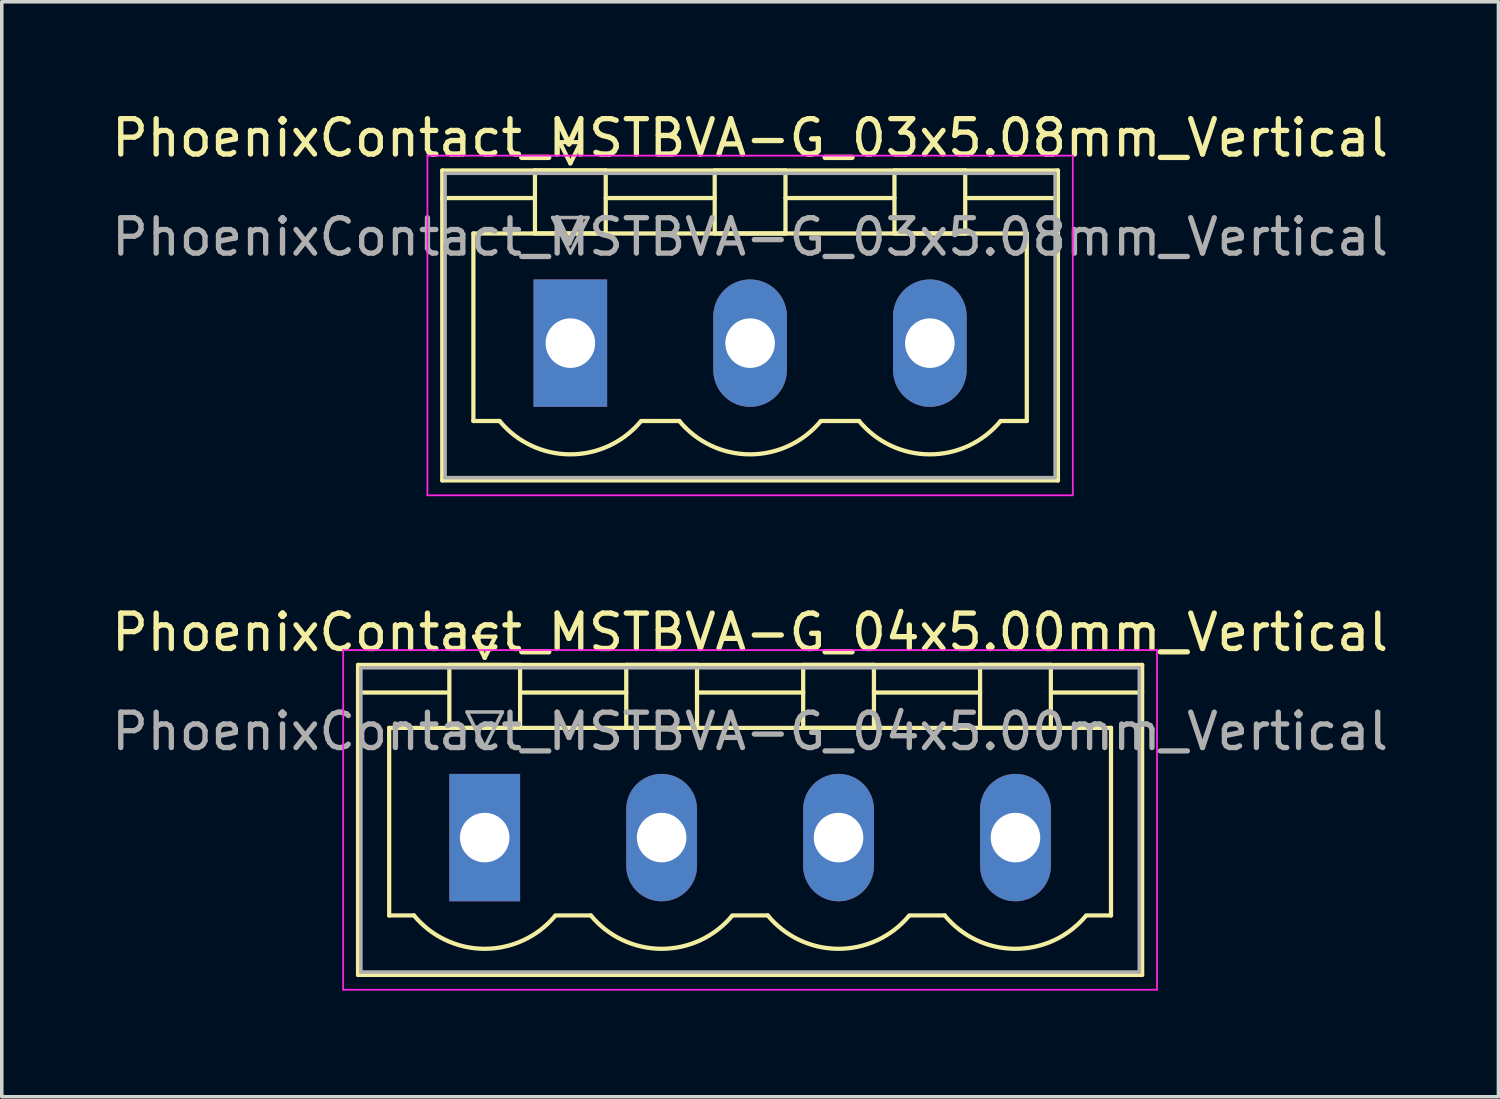
<source format=kicad_pcb>
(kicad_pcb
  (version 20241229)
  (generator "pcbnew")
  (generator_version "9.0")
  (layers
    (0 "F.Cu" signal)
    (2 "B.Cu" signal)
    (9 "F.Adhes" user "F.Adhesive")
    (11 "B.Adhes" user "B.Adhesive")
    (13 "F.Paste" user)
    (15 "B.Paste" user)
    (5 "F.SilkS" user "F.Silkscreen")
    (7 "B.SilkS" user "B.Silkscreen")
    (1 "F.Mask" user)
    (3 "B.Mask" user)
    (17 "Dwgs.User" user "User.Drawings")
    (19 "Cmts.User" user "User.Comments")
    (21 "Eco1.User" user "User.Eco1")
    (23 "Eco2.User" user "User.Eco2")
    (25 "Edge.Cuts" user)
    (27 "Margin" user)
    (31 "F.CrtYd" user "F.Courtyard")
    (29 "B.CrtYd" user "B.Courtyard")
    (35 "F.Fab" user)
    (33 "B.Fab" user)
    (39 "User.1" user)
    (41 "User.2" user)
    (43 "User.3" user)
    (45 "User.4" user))
  (footprint "PhoenixContact_MSTBVA-G_04x5.00mm_Vertical"
    (layer "F.Cu")
    (at 10.649 20.622)
    (property "Reference" "PhoenixContact_MSTBVA-G_04x5.00mm_Vertical" (at 7.5 -5.8 0) (layer "F.SilkS") (effects (font (size 1 1) (thickness 0.15))))
    (attr through_hole)
    (fp_line (start -3.58 -4.88) (end -3.58 3.88) (stroke (width 0.12) (type solid)) (layer "F.SilkS"))
    (fp_line (start -3.58 -4.1) (end -1.08 -4.1) (stroke (width 0.12) (type solid)) (layer "F.SilkS"))
    (fp_line (start -3.58 3.88) (end 18.58 3.88) (stroke (width 0.12) (type solid)) (layer "F.SilkS"))
    (fp_line (start -2.7 -3.1) (end 17.7 -3.1) (stroke (width 0.12) (type solid)) (layer "F.SilkS"))
    (fp_line (start -2.7 2.2) (end -2.7 -3.1) (stroke (width 0.12) (type solid)) (layer "F.SilkS"))
    (fp_line (start -2 2.2) (end -2.7 2.2) (stroke (width 0.12) (type solid)) (layer "F.SilkS"))
    (fp_line (start -1 -4.88) (end 1 -4.88) (stroke (width 0.12) (type solid)) (layer "F.SilkS"))
    (fp_line (start -1 -3.1) (end -1 -4.88) (stroke (width 0.12) (type solid)) (layer "F.SilkS"))
    (fp_line (start -0.3 -5.68) (end 0.3 -5.68) (stroke (width 0.12) (type solid)) (layer "F.SilkS"))
    (fp_line (start 0 -5.08) (end -0.3 -5.68) (stroke (width 0.12) (type solid)) (layer "F.SilkS"))
    (fp_line (start 0.3 -5.68) (end 0 -5.08) (stroke (width 0.12) (type solid)) (layer "F.SilkS"))
    (fp_line (start 1 -4.88) (end 1 -3.1) (stroke (width 0.12) (type solid)) (layer "F.SilkS"))
    (fp_line (start 1 -4.1) (end 4 -4.1) (stroke (width 0.12) (type solid)) (layer "F.SilkS"))
    (fp_line (start 1 -3.1) (end -1 -3.1) (stroke (width 0.12) (type solid)) (layer "F.SilkS"))
    (fp_line (start 2 2.2) (end 3 2.2) (stroke (width 0.12) (type solid)) (layer "F.SilkS"))
    (fp_line (start 4 -4.88) (end 6 -4.88) (stroke (width 0.12) (type solid)) (layer "F.SilkS"))
    (fp_line (start 4 -3.1) (end 4 -4.88) (stroke (width 0.12) (type solid)) (layer "F.SilkS"))
    (fp_line (start 6 -4.88) (end 6 -3.1) (stroke (width 0.12) (type solid)) (layer "F.SilkS"))
    (fp_line (start 6 -4.1) (end 9 -4.1) (stroke (width 0.12) (type solid)) (layer "F.SilkS"))
    (fp_line (start 6 -3.1) (end 4 -3.1) (stroke (width 0.12) (type solid)) (layer "F.SilkS"))
    (fp_line (start 7 2.2) (end 8 2.2) (stroke (width 0.12) (type solid)) (layer "F.SilkS"))
    (fp_line (start 9 -4.88) (end 11 -4.88) (stroke (width 0.12) (type solid)) (layer "F.SilkS"))
    (fp_line (start 9 -3.1) (end 9 -4.88) (stroke (width 0.12) (type solid)) (layer "F.SilkS"))
    (fp_line (start 11 -4.88) (end 11 -3.1) (stroke (width 0.12) (type solid)) (layer "F.SilkS"))
    (fp_line (start 11 -4.1) (end 14 -4.1) (stroke (width 0.12) (type solid)) (layer "F.SilkS"))
    (fp_line (start 11 -3.1) (end 9 -3.1) (stroke (width 0.12) (type solid)) (layer "F.SilkS"))
    (fp_line (start 12 2.2) (end 13 2.2) (stroke (width 0.12) (type solid)) (layer "F.SilkS"))
    (fp_line (start 14 -4.88) (end 16 -4.88) (stroke (width 0.12) (type solid)) (layer "F.SilkS"))
    (fp_line (start 14 -3.1) (end 14 -4.88) (stroke (width 0.12) (type solid)) (layer "F.SilkS"))
    (fp_line (start 16 -4.88) (end 16 -3.1) (stroke (width 0.12) (type solid)) (layer "F.SilkS"))
    (fp_line (start 16 -3.1) (end 14 -3.1) (stroke (width 0.12) (type solid)) (layer "F.SilkS"))
    (fp_line (start 17.7 -3.1) (end 17.7 2.2) (stroke (width 0.12) (type solid)) (layer "F.SilkS"))
    (fp_line (start 17.7 2.2) (end 17 2.2) (stroke (width 0.12) (type solid)) (layer "F.SilkS"))
    (fp_line (start 18.58 -4.88) (end -3.58 -4.88) (stroke (width 0.12) (type solid)) (layer "F.SilkS"))
    (fp_line (start 18.58 -4.1) (end 16.08 -4.1) (stroke (width 0.12) (type solid)) (layer "F.SilkS"))
    (fp_line (start 18.58 3.88) (end 18.58 -4.88) (stroke (width 0.12) (type solid)) (layer "F.SilkS"))
    (fp_arc (start 1.986842 2.215821) (mid -0.010289 3.142758) (end -2 2.2) (stroke (width 0.12) (type solid)) (layer "F.SilkS"))
    (fp_arc (start 6.986842 2.215821) (mid 4.989711 3.142758) (end 3 2.2) (stroke (width 0.12) (type solid)) (layer "F.SilkS"))
    (fp_arc (start 11.986842 2.215821) (mid 9.989711 3.142758) (end 8 2.2) (stroke (width 0.12) (type solid)) (layer "F.SilkS"))
    (fp_arc (start 16.986842 2.215821) (mid 14.989711 3.142758) (end 13 2.2) (stroke (width 0.12) (type solid)) (layer "F.SilkS"))
    (fp_line (start -4 -5.3) (end -4 4.3) (stroke (width 0.05) (type solid)) (layer "F.CrtYd"))
    (fp_line (start -4 4.3) (end 19 4.3) (stroke (width 0.05) (type solid)) (layer "F.CrtYd"))
    (fp_line (start 19 -5.3) (end -4 -5.3) (stroke (width 0.05) (type solid)) (layer "F.CrtYd"))
    (fp_line (start 19 4.3) (end 19 -5.3) (stroke (width 0.05) (type solid)) (layer "F.CrtYd"))
    (fp_line (start -3.5 -4.8) (end -3.5 3.8) (stroke (width 0.1) (type solid)) (layer "F.Fab"))
    (fp_line (start -3.5 3.8) (end 18.5 3.8) (stroke (width 0.1) (type solid)) (layer "F.Fab"))
    (fp_line (start -0.5 -3.55) (end 0.5 -3.55) (stroke (width 0.1) (type solid)) (layer "F.Fab"))
    (fp_line (start 0 -2.55) (end -0.5 -3.55) (stroke (width 0.1) (type solid)) (layer "F.Fab"))
    (fp_line (start 0.5 -3.55) (end 0 -2.55) (stroke (width 0.1) (type solid)) (layer "F.Fab"))
    (fp_line (start 18.5 -4.8) (end -3.5 -4.8) (stroke (width 0.1) (type solid)) (layer "F.Fab"))
    (fp_line (start 18.5 3.8) (end 18.5 -4.8) (stroke (width 0.1) (type solid)) (layer "F.Fab"))
    (fp_text user "${REFERENCE}" (at 7.5 -3 0) (layer "F.Fab") (effects (font (size 1 1) (thickness 0.15))))
    (pad "1" thru_hole rect (at 0 0) (size 2 3.6) (drill 1.4) (layers "*.Cu" "*.Mask"))
    (pad "2" thru_hole oval (at 5 0) (size 2 3.6) (drill 1.4) (layers "*.Cu" "*.Mask"))
    (pad "3" thru_hole oval (at 10 0) (size 2 3.6) (drill 1.4) (layers "*.Cu" "*.Mask"))
    (pad "4" thru_hole oval (at 15 0) (size 2 3.6) (drill 1.4) (layers "*.Cu" "*.Mask")))
  (footprint "PhoenixContact_MSTBVA-G_03x5.08mm_Vertical"
    (layer "F.Cu")
    (at 13.069 6.648)
    (property "Reference" "PhoenixContact_MSTBVA-G_03x5.08mm_Vertical" (at 5.08 -5.8 0) (layer "F.SilkS") (effects (font (size 1 1) (thickness 0.15))))
    (attr through_hole)
    (fp_line (start -3.62 -4.88) (end -3.62 3.88) (stroke (width 0.12) (type solid)) (layer "F.SilkS"))
    (fp_line (start -3.62 -4.1) (end -1.08 -4.1) (stroke (width 0.12) (type solid)) (layer "F.SilkS"))
    (fp_line (start -3.62 3.88) (end 13.78 3.88) (stroke (width 0.12) (type solid)) (layer "F.SilkS"))
    (fp_line (start -2.74 -3.1) (end 12.9 -3.1) (stroke (width 0.12) (type solid)) (layer "F.SilkS"))
    (fp_line (start -2.74 2.2) (end -2.74 -3.1) (stroke (width 0.12) (type solid)) (layer "F.SilkS"))
    (fp_line (start -2 2.2) (end -2.74 2.2) (stroke (width 0.12) (type solid)) (layer "F.SilkS"))
    (fp_line (start -1 -4.88) (end 1 -4.88) (stroke (width 0.12) (type solid)) (layer "F.SilkS"))
    (fp_line (start -1 -3.1) (end -1 -4.88) (stroke (width 0.12) (type solid)) (layer "F.SilkS"))
    (fp_line (start -0.3 -5.68) (end 0.3 -5.68) (stroke (width 0.12) (type solid)) (layer "F.SilkS"))
    (fp_line (start 0 -5.08) (end -0.3 -5.68) (stroke (width 0.12) (type solid)) (layer "F.SilkS"))
    (fp_line (start 0.3 -5.68) (end 0 -5.08) (stroke (width 0.12) (type solid)) (layer "F.SilkS"))
    (fp_line (start 1 -4.88) (end 1 -3.1) (stroke (width 0.12) (type solid)) (layer "F.SilkS"))
    (fp_line (start 1 -4.1) (end 4.08 -4.1) (stroke (width 0.12) (type solid)) (layer "F.SilkS"))
    (fp_line (start 1 -3.1) (end -1 -3.1) (stroke (width 0.12) (type solid)) (layer "F.SilkS"))
    (fp_line (start 2 2.2) (end 3.08 2.2) (stroke (width 0.12) (type solid)) (layer "F.SilkS"))
    (fp_line (start 4.08 -4.88) (end 6.08 -4.88) (stroke (width 0.12) (type solid)) (layer "F.SilkS"))
    (fp_line (start 4.08 -3.1) (end 4.08 -4.88) (stroke (width 0.12) (type solid)) (layer "F.SilkS"))
    (fp_line (start 6.08 -4.88) (end 6.08 -3.1) (stroke (width 0.12) (type solid)) (layer "F.SilkS"))
    (fp_line (start 6.08 -4.1) (end 9.16 -4.1) (stroke (width 0.12) (type solid)) (layer "F.SilkS"))
    (fp_line (start 6.08 -3.1) (end 4.08 -3.1) (stroke (width 0.12) (type solid)) (layer "F.SilkS"))
    (fp_line (start 7.08 2.2) (end 8.16 2.2) (stroke (width 0.12) (type solid)) (layer "F.SilkS"))
    (fp_line (start 9.16 -4.88) (end 11.16 -4.88) (stroke (width 0.12) (type solid)) (layer "F.SilkS"))
    (fp_line (start 9.16 -3.1) (end 9.16 -4.88) (stroke (width 0.12) (type solid)) (layer "F.SilkS"))
    (fp_line (start 11.16 -4.88) (end 11.16 -3.1) (stroke (width 0.12) (type solid)) (layer "F.SilkS"))
    (fp_line (start 11.16 -3.1) (end 9.16 -3.1) (stroke (width 0.12) (type solid)) (layer "F.SilkS"))
    (fp_line (start 12.9 -3.1) (end 12.9 2.2) (stroke (width 0.12) (type solid)) (layer "F.SilkS"))
    (fp_line (start 12.9 2.2) (end 12.16 2.2) (stroke (width 0.12) (type solid)) (layer "F.SilkS"))
    (fp_line (start 13.78 -4.88) (end -3.62 -4.88) (stroke (width 0.12) (type solid)) (layer "F.SilkS"))
    (fp_line (start 13.78 -4.1) (end 11.24 -4.1) (stroke (width 0.12) (type solid)) (layer "F.SilkS"))
    (fp_line (start 13.78 3.88) (end 13.78 -4.88) (stroke (width 0.12) (type solid)) (layer "F.SilkS"))
    (fp_arc (start 1.986842 2.215821) (mid -0.010289 3.142758) (end -2 2.2) (stroke (width 0.12) (type solid)) (layer "F.SilkS"))
    (fp_arc (start 7.066842 2.215821) (mid 5.069711 3.142758) (end 3.08 2.2) (stroke (width 0.12) (type solid)) (layer "F.SilkS"))
    (fp_arc (start 12.146842 2.215821) (mid 10.149711 3.142758) (end 8.16 2.2) (stroke (width 0.12) (type solid)) (layer "F.SilkS"))
    (fp_line (start -4.04 -5.3) (end -4.04 4.3) (stroke (width 0.05) (type solid)) (layer "F.CrtYd"))
    (fp_line (start -4.04 4.3) (end 14.2 4.3) (stroke (width 0.05) (type solid)) (layer "F.CrtYd"))
    (fp_line (start 14.2 -5.3) (end -4.04 -5.3) (stroke (width 0.05) (type solid)) (layer "F.CrtYd"))
    (fp_line (start 14.2 4.3) (end 14.2 -5.3) (stroke (width 0.05) (type solid)) (layer "F.CrtYd"))
    (fp_line (start -3.54 -4.8) (end -3.54 3.8) (stroke (width 0.1) (type solid)) (layer "F.Fab"))
    (fp_line (start -3.54 3.8) (end 13.7 3.8) (stroke (width 0.1) (type solid)) (layer "F.Fab"))
    (fp_line (start -0.5 -3.55) (end 0.5 -3.55) (stroke (width 0.1) (type solid)) (layer "F.Fab"))
    (fp_line (start 0 -2.55) (end -0.5 -3.55) (stroke (width 0.1) (type solid)) (layer "F.Fab"))
    (fp_line (start 0.5 -3.55) (end 0 -2.55) (stroke (width 0.1) (type solid)) (layer "F.Fab"))
    (fp_line (start 13.7 -4.8) (end -3.54 -4.8) (stroke (width 0.1) (type solid)) (layer "F.Fab"))
    (fp_line (start 13.7 3.8) (end 13.7 -4.8) (stroke (width 0.1) (type solid)) (layer "F.Fab"))
    (fp_text user "${REFERENCE}" (at 5.08 -3 0) (layer "F.Fab") (effects (font (size 1 1) (thickness 0.15))))
    (pad "1" thru_hole rect (at 0 0) (size 2.08 3.6) (drill 1.4) (layers "*.Cu" "*.Mask"))
    (pad "2" thru_hole oval (at 5.08 0) (size 2.08 3.6) (drill 1.4) (layers "*.Cu" "*.Mask"))
    (pad "3" thru_hole oval (at 10.16 0) (size 2.08 3.6) (drill 1.4) (layers "*.Cu" "*.Mask")))
  (gr_rect
    (start -3 -3)
    (end 39.298 27.947)
    (stroke (width 0.1) (type default))
    (fill no)
    (layer "Edge.Cuts")))
</source>
